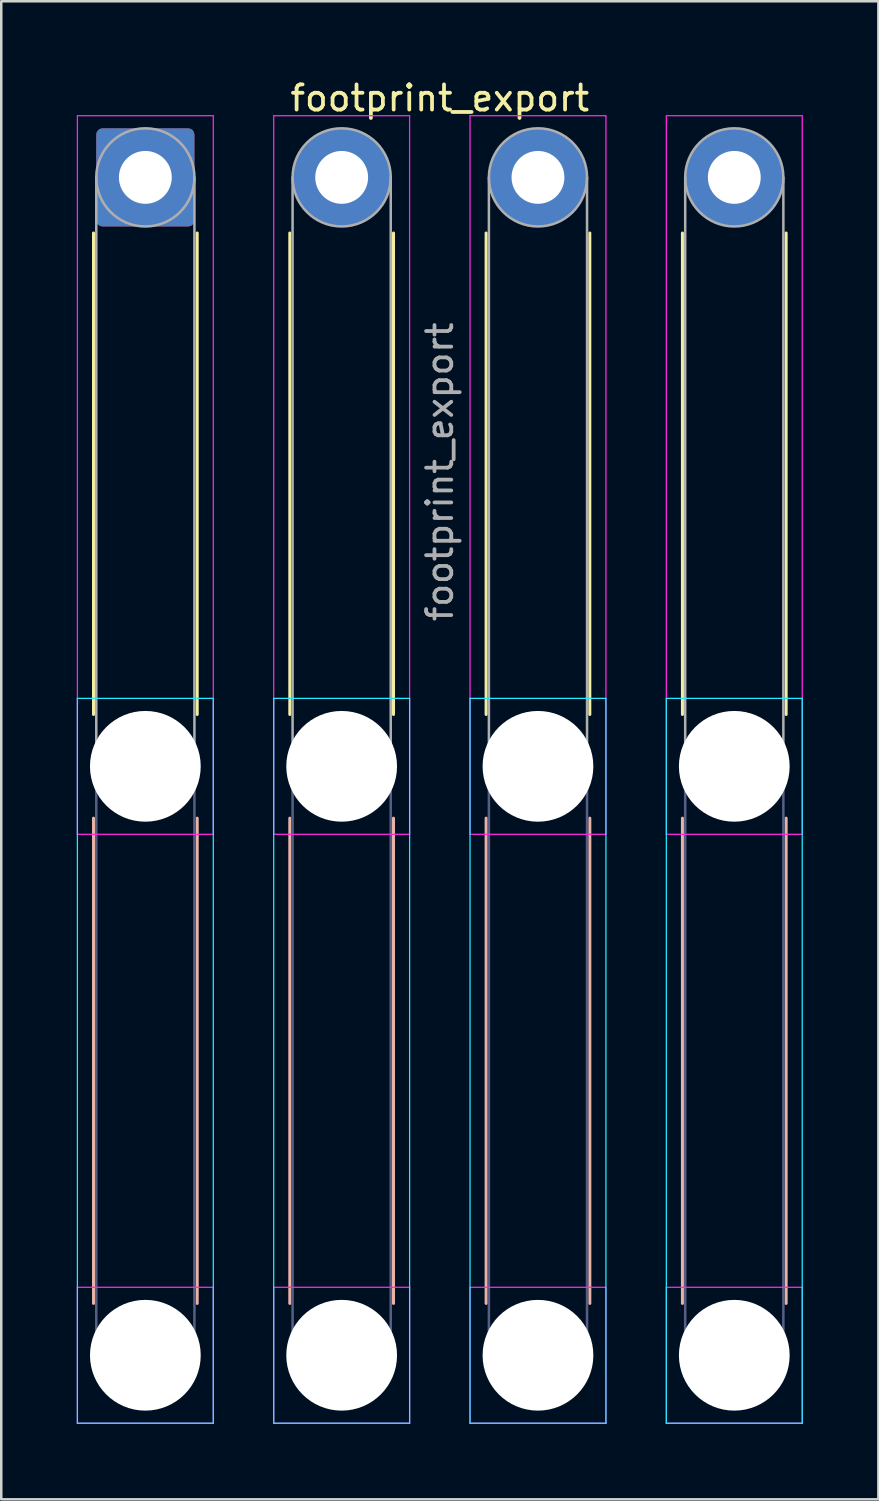
<source format=kicad_pcb>
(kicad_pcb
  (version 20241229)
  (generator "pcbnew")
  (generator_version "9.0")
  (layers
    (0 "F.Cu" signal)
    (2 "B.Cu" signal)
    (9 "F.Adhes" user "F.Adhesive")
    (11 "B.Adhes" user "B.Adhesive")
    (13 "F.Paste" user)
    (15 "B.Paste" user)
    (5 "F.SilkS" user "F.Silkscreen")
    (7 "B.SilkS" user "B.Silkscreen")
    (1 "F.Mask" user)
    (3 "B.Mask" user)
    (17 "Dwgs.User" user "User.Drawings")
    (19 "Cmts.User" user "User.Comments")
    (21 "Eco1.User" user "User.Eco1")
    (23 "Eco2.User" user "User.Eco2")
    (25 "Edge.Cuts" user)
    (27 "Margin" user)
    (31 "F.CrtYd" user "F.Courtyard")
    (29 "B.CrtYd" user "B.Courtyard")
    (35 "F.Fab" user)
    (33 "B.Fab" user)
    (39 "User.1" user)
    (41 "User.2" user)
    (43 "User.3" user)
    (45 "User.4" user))
  (footprint "footprint_export"
    (layer "F.Cu")
    (at 2.725 3.998)
    (property "Reference" "footprint_export" (at 11.7 -3.15 0) (layer "F.SilkS") (effects (font (size 1 1) (thickness 0.15))))
    (attr exclude_from_pos_files exclude_from_bom)
    (fp_line (start -2.06 2.21) (end -2.06 21.34) (stroke (width 0.12) (type solid)) (layer "F.SilkS"))
    (fp_line (start 2.06 2.21) (end 2.06 21.34) (stroke (width 0.12) (type solid)) (layer "F.SilkS"))
    (fp_line (start 5.74 2.21) (end 5.74 21.34) (stroke (width 0.12) (type solid)) (layer "F.SilkS"))
    (fp_line (start 9.86 2.21) (end 9.86 21.34) (stroke (width 0.12) (type solid)) (layer "F.SilkS"))
    (fp_line (start 13.54 2.21) (end 13.54 21.34) (stroke (width 0.12) (type solid)) (layer "F.SilkS"))
    (fp_line (start 17.66 2.21) (end 17.66 21.34) (stroke (width 0.12) (type solid)) (layer "F.SilkS"))
    (fp_line (start 21.34 2.21) (end 21.34 21.34) (stroke (width 0.12) (type solid)) (layer "F.SilkS"))
    (fp_line (start 25.46 2.21) (end 25.46 21.34) (stroke (width 0.12) (type solid)) (layer "F.SilkS"))
    (fp_line (start -2.06 25.46) (end -2.06 44.74) (stroke (width 0.12) (type solid)) (layer "B.SilkS"))
    (fp_line (start 2.06 25.46) (end 2.06 44.74) (stroke (width 0.12) (type solid)) (layer "B.SilkS"))
    (fp_line (start 5.74 25.46) (end 5.74 44.74) (stroke (width 0.12) (type solid)) (layer "B.SilkS"))
    (fp_line (start 9.86 25.46) (end 9.86 44.74) (stroke (width 0.12) (type solid)) (layer "B.SilkS"))
    (fp_line (start 13.54 25.46) (end 13.54 44.74) (stroke (width 0.12) (type solid)) (layer "B.SilkS"))
    (fp_line (start 17.66 25.46) (end 17.66 44.74) (stroke (width 0.12) (type solid)) (layer "B.SilkS"))
    (fp_line (start 21.34 25.46) (end 21.34 44.74) (stroke (width 0.12) (type solid)) (layer "B.SilkS"))
    (fp_line (start 25.46 25.46) (end 25.46 44.74) (stroke (width 0.12) (type solid)) (layer "B.SilkS"))
    (fp_line (start -2.7 20.7) (end -2.7 49.5) (stroke (width 0.05) (type solid)) (layer "B.CrtYd"))
    (fp_line (start -2.7 49.5) (end 2.7 49.5) (stroke (width 0.05) (type solid)) (layer "B.CrtYd"))
    (fp_line (start 2.7 20.7) (end -2.7 20.7) (stroke (width 0.05) (type solid)) (layer "B.CrtYd"))
    (fp_line (start 2.7 49.5) (end 2.7 20.7) (stroke (width 0.05) (type solid)) (layer "B.CrtYd"))
    (fp_line (start 5.1 20.7) (end 5.1 49.5) (stroke (width 0.05) (type solid)) (layer "B.CrtYd"))
    (fp_line (start 5.1 49.5) (end 10.5 49.5) (stroke (width 0.05) (type solid)) (layer "B.CrtYd"))
    (fp_line (start 10.5 20.7) (end 5.1 20.7) (stroke (width 0.05) (type solid)) (layer "B.CrtYd"))
    (fp_line (start 10.5 49.5) (end 10.5 20.7) (stroke (width 0.05) (type solid)) (layer "B.CrtYd"))
    (fp_line (start 12.9 20.7) (end 12.9 49.5) (stroke (width 0.05) (type solid)) (layer "B.CrtYd"))
    (fp_line (start 12.9 49.5) (end 18.3 49.5) (stroke (width 0.05) (type solid)) (layer "B.CrtYd"))
    (fp_line (start 18.3 20.7) (end 12.9 20.7) (stroke (width 0.05) (type solid)) (layer "B.CrtYd"))
    (fp_line (start 18.3 49.5) (end 18.3 20.7) (stroke (width 0.05) (type solid)) (layer "B.CrtYd"))
    (fp_line (start 20.7 20.7) (end 20.7 49.5) (stroke (width 0.05) (type solid)) (layer "B.CrtYd"))
    (fp_line (start 20.7 49.5) (end 26.1 49.5) (stroke (width 0.05) (type solid)) (layer "B.CrtYd"))
    (fp_line (start 26.1 20.7) (end 20.7 20.7) (stroke (width 0.05) (type solid)) (layer "B.CrtYd"))
    (fp_line (start 26.1 49.5) (end 26.1 20.7) (stroke (width 0.05) (type solid)) (layer "B.CrtYd"))
    (fp_line (start -2.7 -2.45) (end -2.7 26.1) (stroke (width 0.05) (type solid)) (layer "F.CrtYd"))
    (fp_line (start -2.7 26.1) (end 2.7 26.1) (stroke (width 0.05) (type solid)) (layer "F.CrtYd"))
    (fp_line (start -2.7 44.1) (end -2.7 49.5) (stroke (width 0.05) (type solid)) (layer "F.CrtYd"))
    (fp_line (start -2.7 49.5) (end 2.7 49.5) (stroke (width 0.05) (type solid)) (layer "F.CrtYd"))
    (fp_line (start 2.7 -2.45) (end -2.7 -2.45) (stroke (width 0.05) (type solid)) (layer "F.CrtYd"))
    (fp_line (start 2.7 26.1) (end 2.7 -2.45) (stroke (width 0.05) (type solid)) (layer "F.CrtYd"))
    (fp_line (start 2.7 44.1) (end -2.7 44.1) (stroke (width 0.05) (type solid)) (layer "F.CrtYd"))
    (fp_line (start 2.7 49.5) (end 2.7 44.1) (stroke (width 0.05) (type solid)) (layer "F.CrtYd"))
    (fp_line (start 5.1 -2.45) (end 5.1 26.1) (stroke (width 0.05) (type solid)) (layer "F.CrtYd"))
    (fp_line (start 5.1 26.1) (end 10.5 26.1) (stroke (width 0.05) (type solid)) (layer "F.CrtYd"))
    (fp_line (start 5.1 44.1) (end 5.1 49.5) (stroke (width 0.05) (type solid)) (layer "F.CrtYd"))
    (fp_line (start 5.1 49.5) (end 10.5 49.5) (stroke (width 0.05) (type solid)) (layer "F.CrtYd"))
    (fp_line (start 10.5 -2.45) (end 5.1 -2.45) (stroke (width 0.05) (type solid)) (layer "F.CrtYd"))
    (fp_line (start 10.5 26.1) (end 10.5 -2.45) (stroke (width 0.05) (type solid)) (layer "F.CrtYd"))
    (fp_line (start 10.5 44.1) (end 5.1 44.1) (stroke (width 0.05) (type solid)) (layer "F.CrtYd"))
    (fp_line (start 10.5 49.5) (end 10.5 44.1) (stroke (width 0.05) (type solid)) (layer "F.CrtYd"))
    (fp_line (start 12.9 -2.45) (end 12.9 26.1) (stroke (width 0.05) (type solid)) (layer "F.CrtYd"))
    (fp_line (start 12.9 26.1) (end 18.3 26.1) (stroke (width 0.05) (type solid)) (layer "F.CrtYd"))
    (fp_line (start 12.9 44.1) (end 12.9 49.5) (stroke (width 0.05) (type solid)) (layer "F.CrtYd"))
    (fp_line (start 12.9 49.5) (end 18.3 49.5) (stroke (width 0.05) (type solid)) (layer "F.CrtYd"))
    (fp_line (start 18.3 -2.45) (end 12.9 -2.45) (stroke (width 0.05) (type solid)) (layer "F.CrtYd"))
    (fp_line (start 18.3 26.1) (end 18.3 -2.45) (stroke (width 0.05) (type solid)) (layer "F.CrtYd"))
    (fp_line (start 18.3 44.1) (end 12.9 44.1) (stroke (width 0.05) (type solid)) (layer "F.CrtYd"))
    (fp_line (start 18.3 49.5) (end 18.3 44.1) (stroke (width 0.05) (type solid)) (layer "F.CrtYd"))
    (fp_line (start 20.7 -2.45) (end 20.7 26.1) (stroke (width 0.05) (type solid)) (layer "F.CrtYd"))
    (fp_line (start 20.7 26.1) (end 26.1 26.1) (stroke (width 0.05) (type solid)) (layer "F.CrtYd"))
    (fp_line (start 20.7 44.1) (end 20.7 49.5) (stroke (width 0.05) (type solid)) (layer "F.CrtYd"))
    (fp_line (start 20.7 49.5) (end 26.1 49.5) (stroke (width 0.05) (type solid)) (layer "F.CrtYd"))
    (fp_line (start 26.1 -2.45) (end 20.7 -2.45) (stroke (width 0.05) (type solid)) (layer "F.CrtYd"))
    (fp_line (start 26.1 26.1) (end 26.1 -2.45) (stroke (width 0.05) (type solid)) (layer "F.CrtYd"))
    (fp_line (start 26.1 44.1) (end 20.7 44.1) (stroke (width 0.05) (type solid)) (layer "F.CrtYd"))
    (fp_line (start 26.1 49.5) (end 26.1 44.1) (stroke (width 0.05) (type solid)) (layer "F.CrtYd"))
    (fp_line (start -1.95 23.4) (end -1.95 46.8) (stroke (width 0.1) (type solid)) (layer "B.Fab"))
    (fp_line (start 1.95 23.4) (end 1.95 46.8) (stroke (width 0.1) (type solid)) (layer "B.Fab"))
    (fp_line (start 5.85 23.4) (end 5.85 46.8) (stroke (width 0.1) (type solid)) (layer "B.Fab"))
    (fp_line (start 9.75 23.4) (end 9.75 46.8) (stroke (width 0.1) (type solid)) (layer "B.Fab"))
    (fp_line (start 13.65 23.4) (end 13.65 46.8) (stroke (width 0.1) (type solid)) (layer "B.Fab"))
    (fp_line (start 17.55 23.4) (end 17.55 46.8) (stroke (width 0.1) (type solid)) (layer "B.Fab"))
    (fp_line (start 21.45 23.4) (end 21.45 46.8) (stroke (width 0.1) (type solid)) (layer "B.Fab"))
    (fp_line (start 25.35 23.4) (end 25.35 46.8) (stroke (width 0.1) (type solid)) (layer "B.Fab"))
    (fp_circle (center 0 23.4) (end 1.95 23.4) (stroke (width 0.1) (type solid)) (fill no) (layer "B.Fab"))
    (fp_circle (center 0 46.8) (end 1.95 46.8) (stroke (width 0.1) (type solid)) (fill no) (layer "B.Fab"))
    (fp_circle (center 7.8 23.4) (end 9.75 23.4) (stroke (width 0.1) (type solid)) (fill no) (layer "B.Fab"))
    (fp_circle (center 7.8 46.8) (end 9.75 46.8) (stroke (width 0.1) (type solid)) (fill no) (layer "B.Fab"))
    (fp_circle (center 15.6 23.4) (end 17.55 23.4) (stroke (width 0.1) (type solid)) (fill no) (layer "B.Fab"))
    (fp_circle (center 15.6 46.8) (end 17.55 46.8) (stroke (width 0.1) (type solid)) (fill no) (layer "B.Fab"))
    (fp_circle (center 23.4 23.4) (end 25.35 23.4) (stroke (width 0.1) (type solid)) (fill no) (layer "B.Fab"))
    (fp_circle (center 23.4 46.8) (end 25.35 46.8) (stroke (width 0.1) (type solid)) (fill no) (layer "B.Fab"))
    (fp_line (start -1.95 0) (end -1.95 23.4) (stroke (width 0.1) (type solid)) (layer "F.Fab"))
    (fp_line (start 1.95 0) (end 1.95 23.4) (stroke (width 0.1) (type solid)) (layer "F.Fab"))
    (fp_line (start 5.85 0) (end 5.85 23.4) (stroke (width 0.1) (type solid)) (layer "F.Fab"))
    (fp_line (start 9.75 0) (end 9.75 23.4) (stroke (width 0.1) (type solid)) (layer "F.Fab"))
    (fp_line (start 13.65 0) (end 13.65 23.4) (stroke (width 0.1) (type solid)) (layer "F.Fab"))
    (fp_line (start 17.55 0) (end 17.55 23.4) (stroke (width 0.1) (type solid)) (layer "F.Fab"))
    (fp_line (start 21.45 0) (end 21.45 23.4) (stroke (width 0.1) (type solid)) (layer "F.Fab"))
    (fp_line (start 25.35 0) (end 25.35 23.4) (stroke (width 0.1) (type solid)) (layer "F.Fab"))
    (fp_circle (center 0 0) (end 1.95 0) (stroke (width 0.1) (type solid)) (fill no) (layer "F.Fab"))
    (fp_circle (center 0 23.4) (end 1.95 23.4) (stroke (width 0.1) (type solid)) (fill no) (layer "F.Fab"))
    (fp_circle (center 0 46.8) (end 1.95 46.8) (stroke (width 0.1) (type solid)) (fill no) (layer "F.Fab"))
    (fp_circle (center 7.8 0) (end 9.75 0) (stroke (width 0.1) (type solid)) (fill no) (layer "F.Fab"))
    (fp_circle (center 7.8 23.4) (end 9.75 23.4) (stroke (width 0.1) (type solid)) (fill no) (layer "F.Fab"))
    (fp_circle (center 7.8 46.8) (end 9.75 46.8) (stroke (width 0.1) (type solid)) (fill no) (layer "F.Fab"))
    (fp_circle (center 15.6 0) (end 17.55 0) (stroke (width 0.1) (type solid)) (fill no) (layer "F.Fab"))
    (fp_circle (center 15.6 23.4) (end 17.55 23.4) (stroke (width 0.1) (type solid)) (fill no) (layer "F.Fab"))
    (fp_circle (center 15.6 46.8) (end 17.55 46.8) (stroke (width 0.1) (type solid)) (fill no) (layer "F.Fab"))
    (fp_circle (center 23.4 0) (end 25.35 0) (stroke (width 0.1) (type solid)) (fill no) (layer "F.Fab"))
    (fp_circle (center 23.4 23.4) (end 25.35 23.4) (stroke (width 0.1) (type solid)) (fill no) (layer "F.Fab"))
    (fp_circle (center 23.4 46.8) (end 25.35 46.8) (stroke (width 0.1) (type solid)) (fill no) (layer "F.Fab"))
    (fp_text user "${REFERENCE}" (at 11.7 11.7 90) (layer "F.Fab") (effects (font (size 1 1) (thickness 0.15))))
    (pad "" np_thru_hole circle (at 0 23.4) (size 4.4 4.4) (drill 4.4) (layers "*.Cu" "*.Mask"))
    (pad "" np_thru_hole circle (at 0 46.8) (size 4.4 4.4) (drill 4.4) (layers "*.Cu" "*.Mask"))
    (pad "" np_thru_hole circle (at 7.8 23.4) (size 4.4 4.4) (drill 4.4) (layers "*.Cu" "*.Mask"))
    (pad "" np_thru_hole circle (at 7.8 46.8) (size 4.4 4.4) (drill 4.4) (layers "*.Cu" "*.Mask"))
    (pad "" np_thru_hole circle (at 15.6 23.4) (size 4.4 4.4) (drill 4.4) (layers "*.Cu" "*.Mask"))
    (pad "" np_thru_hole circle (at 15.6 46.8) (size 4.4 4.4) (drill 4.4) (layers "*.Cu" "*.Mask"))
    (pad "" np_thru_hole circle (at 23.4 23.4) (size 4.4 4.4) (drill 4.4) (layers "*.Cu" "*.Mask"))
    (pad "" np_thru_hole circle (at 23.4 46.8) (size 4.4 4.4) (drill 4.4) (layers "*.Cu" "*.Mask"))
    (pad "1" thru_hole roundrect (at 0 0) (size 3.9 3.9) (drill 2.1) (layers "*.Cu" "*.Mask") (roundrect_rratio 0.064))
    (pad "2" thru_hole circle (at 7.8 0) (size 3.9 3.9) (drill 2.1) (layers "*.Cu" "*.Mask"))
    (pad "3" thru_hole circle (at 15.6 0) (size 3.9 3.9) (drill 2.1) (layers "*.Cu" "*.Mask"))
    (pad "4" thru_hole circle (at 23.4 0) (size 3.9 3.9) (drill 2.1) (layers "*.Cu" "*.Mask")))
  (gr_rect
    (start -3 -3)
    (end 31.85 56.523)
    (stroke (width 0.1) (type default))
    (fill no)
    (layer "Edge.Cuts")))
</source>
